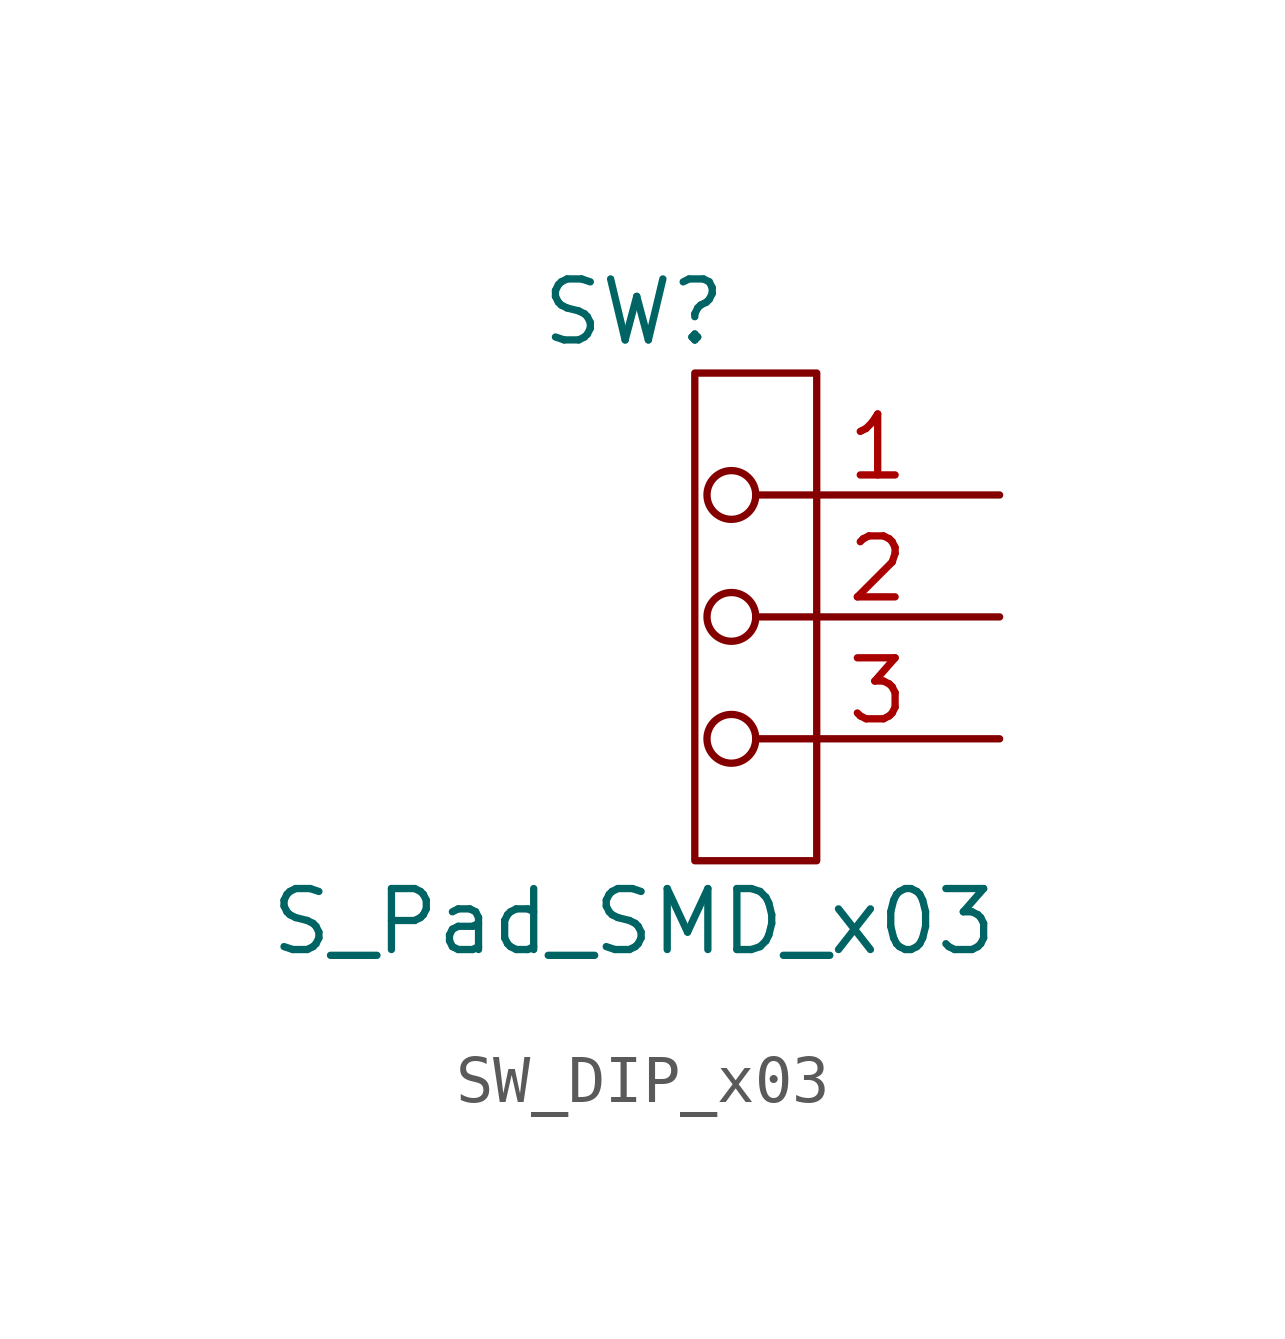
<source format=kicad_sym>
(kicad_symbol_lib
  (version 20220914)
  (generator kicad_symbol_editor)
  (symbol "SW_DIP_x03"
    (pin_names
      (offset 0) hide)
    (property "Reference" "SW"
      (at 0 8.89 0)
      (effects (font (size 1.27 1.27))))
    (property "Value" "S_Pad_SMD_x03"
      (at 0 -3.81 0)
      (effects (font (size 1.27 1.27))))
    (symbol "SW_DIP_x03_0_0"
      (circle (center 2.032 0) (radius 0.508) (stroke (width 0) (type default)) (fill (type none)))
      (circle (center 2.032 2.54) (radius 0.508) (stroke (width 0) (type default)) (fill (type none)))
      (circle (center 2.032 5.08) (radius 0.508) (stroke (width 0) (type default)) (fill (type none))))
    (symbol "SW_DIP_x03_0_1"
      (rectangle (start 1.27 7.62) (end 3.81 -2.54) (stroke (width 0) (type default)) (fill (type none))))
    (symbol "SW_DIP_x03_1_1"
      (pin passive line (at 7.62 5.08 180) (length 5.08) (name "~" (effects (font (size 1.27 1.27)))) (number "1" (effects (font (size 1.27 1.27)))))
      (pin passive line (at 7.62 2.54 180) (length 5.08) (name "~" (effects (font (size 1.27 1.27)))) (number "2" (effects (font (size 1.27 1.27)))))
      (pin passive line (at 7.62 0 180) (length 5.08) (name "~" (effects (font (size 1.27 1.27)))) (number "3" (effects (font (size 1.27 1.27))))))))
</source>
